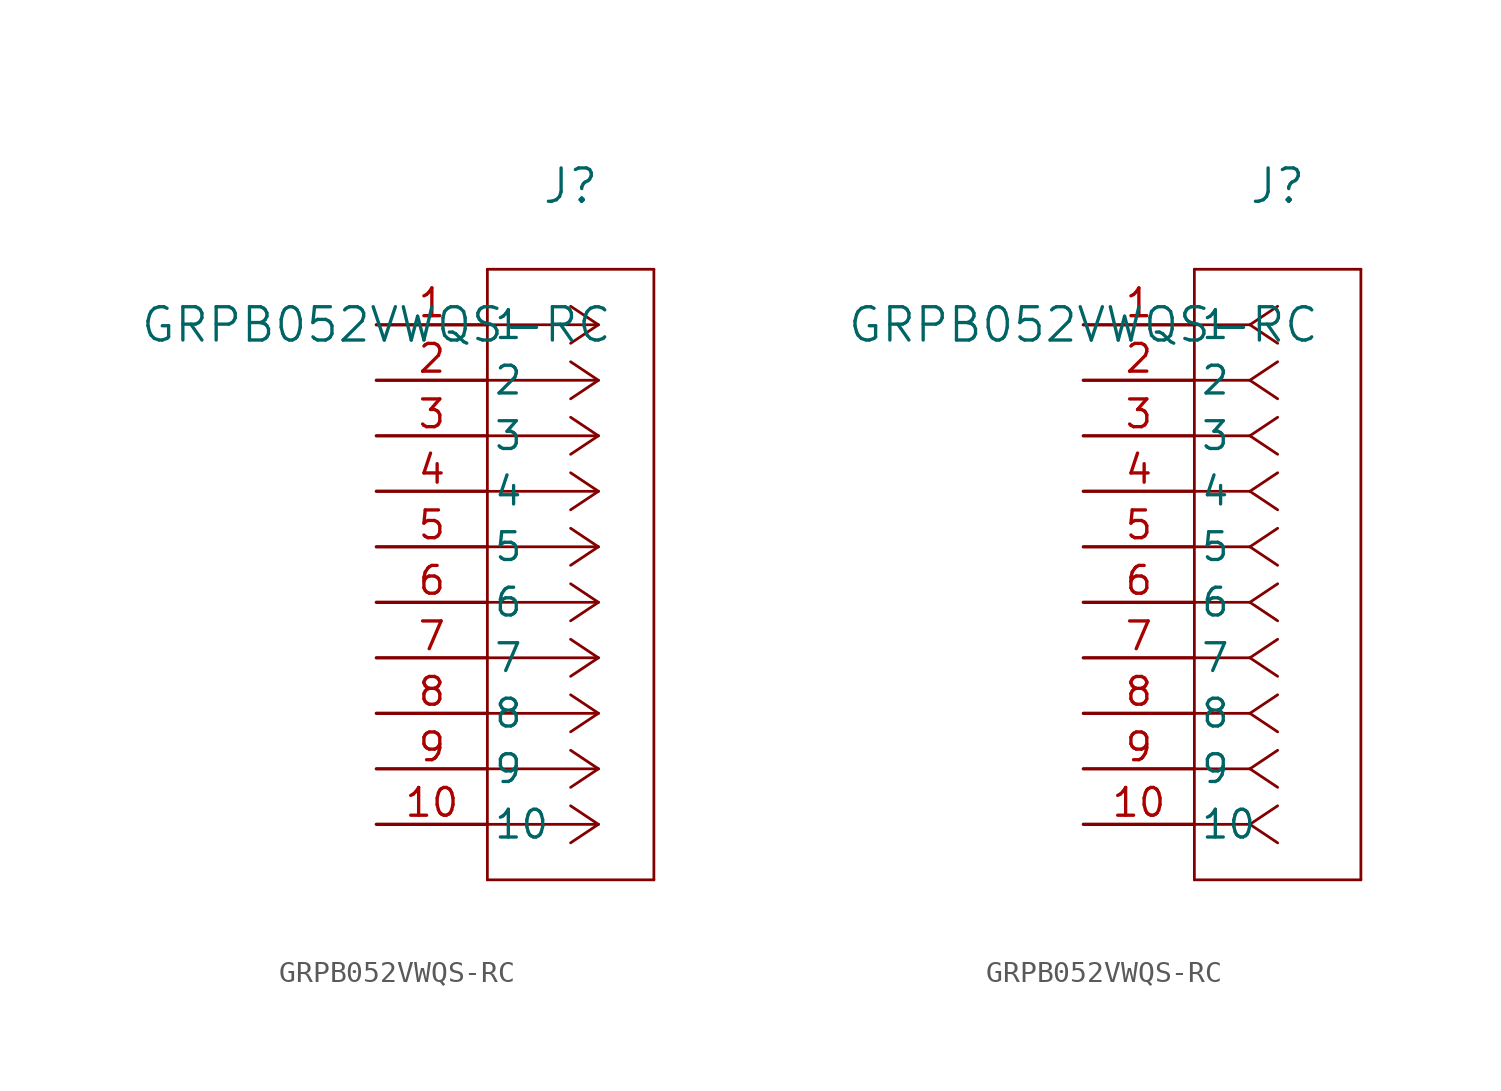
<source format=kicad_sym>
(kicad_symbol_lib
  (version 20211014)
  (generator kicad_symbol_editor)
  (symbol "GRPB052VWQS-RC"
    (pin_names
      (offset 0.254))
    (property "Reference" "J"
      (at 8.89 6.35 0)
      (effects (font (size 1.524 1.524))))
    (property "Value" "GRPB052VWQS-RC"
      (at 0 0 0)
      (effects (font (size 1.524 1.524))))
    (symbol "GRPB052VWQS-RC_1_1"
      (polyline (pts (xy 10.16 0) (xy 5.08 0)) (stroke (width 0.127) (type default) (color 0 0 0 0)) (fill (type none)))
      (polyline (pts (xy 10.16 -2.54) (xy 5.08 -2.54)) (stroke (width 0.127) (type default) (color 0 0 0 0)) (fill (type none)))
      (polyline (pts (xy 10.16 -5.08) (xy 5.08 -5.08)) (stroke (width 0.127) (type default) (color 0 0 0 0)) (fill (type none)))
      (polyline (pts (xy 10.16 -7.62) (xy 5.08 -7.62)) (stroke (width 0.127) (type default) (color 0 0 0 0)) (fill (type none)))
      (polyline (pts (xy 10.16 -10.16) (xy 5.08 -10.16)) (stroke (width 0.127) (type default) (color 0 0 0 0)) (fill (type none)))
      (polyline (pts (xy 10.16 -12.7) (xy 5.08 -12.7)) (stroke (width 0.127) (type default) (color 0 0 0 0)) (fill (type none)))
      (polyline (pts (xy 10.16 -15.24) (xy 5.08 -15.24)) (stroke (width 0.127) (type default) (color 0 0 0 0)) (fill (type none)))
      (polyline (pts (xy 10.16 -17.78) (xy 5.08 -17.78)) (stroke (width 0.127) (type default) (color 0 0 0 0)) (fill (type none)))
      (polyline (pts (xy 10.16 -20.32) (xy 5.08 -20.32)) (stroke (width 0.127) (type default) (color 0 0 0 0)) (fill (type none)))
      (polyline (pts (xy 10.16 -22.86) (xy 5.08 -22.86)) (stroke (width 0.127) (type default) (color 0 0 0 0)) (fill (type none)))
      (polyline (pts (xy 10.16 0) (xy 8.89 0.847)) (stroke (width 0.127) (type default) (color 0 0 0 0)) (fill (type none)))
      (polyline (pts (xy 10.16 -2.54) (xy 8.89 -1.693)) (stroke (width 0.127) (type default) (color 0 0 0 0)) (fill (type none)))
      (polyline (pts (xy 10.16 -5.08) (xy 8.89 -4.233)) (stroke (width 0.127) (type default) (color 0 0 0 0)) (fill (type none)))
      (polyline (pts (xy 10.16 -7.62) (xy 8.89 -6.773)) (stroke (width 0.127) (type default) (color 0 0 0 0)) (fill (type none)))
      (polyline (pts (xy 10.16 -10.16) (xy 8.89 -9.313)) (stroke (width 0.127) (type default) (color 0 0 0 0)) (fill (type none)))
      (polyline (pts (xy 10.16 -12.7) (xy 8.89 -11.853)) (stroke (width 0.127) (type default) (color 0 0 0 0)) (fill (type none)))
      (polyline (pts (xy 10.16 -15.24) (xy 8.89 -14.393)) (stroke (width 0.127) (type default) (color 0 0 0 0)) (fill (type none)))
      (polyline (pts (xy 10.16 -17.78) (xy 8.89 -16.933)) (stroke (width 0.127) (type default) (color 0 0 0 0)) (fill (type none)))
      (polyline (pts (xy 10.16 -20.32) (xy 8.89 -19.473)) (stroke (width 0.127) (type default) (color 0 0 0 0)) (fill (type none)))
      (polyline (pts (xy 10.16 -22.86) (xy 8.89 -22.013)) (stroke (width 0.127) (type default) (color 0 0 0 0)) (fill (type none)))
      (polyline (pts (xy 10.16 0) (xy 8.89 -0.847)) (stroke (width 0.127) (type default) (color 0 0 0 0)) (fill (type none)))
      (polyline (pts (xy 10.16 -2.54) (xy 8.89 -3.387)) (stroke (width 0.127) (type default) (color 0 0 0 0)) (fill (type none)))
      (polyline (pts (xy 10.16 -5.08) (xy 8.89 -5.927)) (stroke (width 0.127) (type default) (color 0 0 0 0)) (fill (type none)))
      (polyline (pts (xy 10.16 -7.62) (xy 8.89 -8.467)) (stroke (width 0.127) (type default) (color 0 0 0 0)) (fill (type none)))
      (polyline (pts (xy 10.16 -10.16) (xy 8.89 -11.007)) (stroke (width 0.127) (type default) (color 0 0 0 0)) (fill (type none)))
      (polyline (pts (xy 10.16 -12.7) (xy 8.89 -13.547)) (stroke (width 0.127) (type default) (color 0 0 0 0)) (fill (type none)))
      (polyline (pts (xy 10.16 -15.24) (xy 8.89 -16.087)) (stroke (width 0.127) (type default) (color 0 0 0 0)) (fill (type none)))
      (polyline (pts (xy 10.16 -17.78) (xy 8.89 -18.627)) (stroke (width 0.127) (type default) (color 0 0 0 0)) (fill (type none)))
      (polyline (pts (xy 10.16 -20.32) (xy 8.89 -21.167)) (stroke (width 0.127) (type default) (color 0 0 0 0)) (fill (type none)))
      (polyline (pts (xy 10.16 -22.86) (xy 8.89 -23.707)) (stroke (width 0.127) (type default) (color 0 0 0 0)) (fill (type none)))
      (polyline (pts (xy 5.08 2.54) (xy 5.08 -25.4)) (stroke (width 0.127) (type default) (color 0 0 0 0)) (fill (type none)))
      (polyline (pts (xy 5.08 -25.4) (xy 12.7 -25.4)) (stroke (width 0.127) (type default) (color 0 0 0 0)) (fill (type none)))
      (polyline (pts (xy 12.7 -25.4) (xy 12.7 2.54)) (stroke (width 0.127) (type default) (color 0 0 0 0)) (fill (type none)))
      (polyline (pts (xy 12.7 2.54) (xy 5.08 2.54)) (stroke (width 0.127) (type default) (color 0 0 0 0)) (fill (type none)))
      (pin unspecified line (at 0 0 0) (length 5.08) (name "1" (effects (font (size 1.27 1.27)))) (number "1" (effects (font (size 1.27 1.27)))))
      (pin unspecified line (at 0 -2.54 0) (length 5.08) (name "2" (effects (font (size 1.27 1.27)))) (number "2" (effects (font (size 1.27 1.27)))))
      (pin unspecified line (at 0 -5.08 0) (length 5.08) (name "3" (effects (font (size 1.27 1.27)))) (number "3" (effects (font (size 1.27 1.27)))))
      (pin unspecified line (at 0 -7.62 0) (length 5.08) (name "4" (effects (font (size 1.27 1.27)))) (number "4" (effects (font (size 1.27 1.27)))))
      (pin unspecified line (at 0 -10.16 0) (length 5.08) (name "5" (effects (font (size 1.27 1.27)))) (number "5" (effects (font (size 1.27 1.27)))))
      (pin unspecified line (at 0 -12.7 0) (length 5.08) (name "6" (effects (font (size 1.27 1.27)))) (number "6" (effects (font (size 1.27 1.27)))))
      (pin unspecified line (at 0 -15.24 0) (length 5.08) (name "7" (effects (font (size 1.27 1.27)))) (number "7" (effects (font (size 1.27 1.27)))))
      (pin unspecified line (at 0 -17.78 0) (length 5.08) (name "8" (effects (font (size 1.27 1.27)))) (number "8" (effects (font (size 1.27 1.27)))))
      (pin unspecified line (at 0 -20.32 0) (length 5.08) (name "9" (effects (font (size 1.27 1.27)))) (number "9" (effects (font (size 1.27 1.27)))))
      (pin unspecified line (at 0 -22.86 0) (length 5.08) (name "10" (effects (font (size 1.27 1.27)))) (number "10" (effects (font (size 1.27 1.27))))))
    (symbol "GRPB052VWQS-RC_1_2"
      (polyline (pts (xy 7.62 0) (xy 5.08 0)) (stroke (width 0.127) (type default) (color 0 0 0 0)) (fill (type none)))
      (polyline (pts (xy 7.62 -2.54) (xy 5.08 -2.54)) (stroke (width 0.127) (type default) (color 0 0 0 0)) (fill (type none)))
      (polyline (pts (xy 7.62 -5.08) (xy 5.08 -5.08)) (stroke (width 0.127) (type default) (color 0 0 0 0)) (fill (type none)))
      (polyline (pts (xy 7.62 -7.62) (xy 5.08 -7.62)) (stroke (width 0.127) (type default) (color 0 0 0 0)) (fill (type none)))
      (polyline (pts (xy 7.62 -10.16) (xy 5.08 -10.16)) (stroke (width 0.127) (type default) (color 0 0 0 0)) (fill (type none)))
      (polyline (pts (xy 7.62 -12.7) (xy 5.08 -12.7)) (stroke (width 0.127) (type default) (color 0 0 0 0)) (fill (type none)))
      (polyline (pts (xy 7.62 -15.24) (xy 5.08 -15.24)) (stroke (width 0.127) (type default) (color 0 0 0 0)) (fill (type none)))
      (polyline (pts (xy 7.62 -17.78) (xy 5.08 -17.78)) (stroke (width 0.127) (type default) (color 0 0 0 0)) (fill (type none)))
      (polyline (pts (xy 7.62 -20.32) (xy 5.08 -20.32)) (stroke (width 0.127) (type default) (color 0 0 0 0)) (fill (type none)))
      (polyline (pts (xy 7.62 -22.86) (xy 5.08 -22.86)) (stroke (width 0.127) (type default) (color 0 0 0 0)) (fill (type none)))
      (polyline (pts (xy 7.62 0) (xy 8.89 0.847)) (stroke (width 0.127) (type default) (color 0 0 0 0)) (fill (type none)))
      (polyline (pts (xy 7.62 -2.54) (xy 8.89 -1.693)) (stroke (width 0.127) (type default) (color 0 0 0 0)) (fill (type none)))
      (polyline (pts (xy 7.62 -5.08) (xy 8.89 -4.233)) (stroke (width 0.127) (type default) (color 0 0 0 0)) (fill (type none)))
      (polyline (pts (xy 7.62 -7.62) (xy 8.89 -6.773)) (stroke (width 0.127) (type default) (color 0 0 0 0)) (fill (type none)))
      (polyline (pts (xy 7.62 -10.16) (xy 8.89 -9.313)) (stroke (width 0.127) (type default) (color 0 0 0 0)) (fill (type none)))
      (polyline (pts (xy 7.62 -12.7) (xy 8.89 -11.853)) (stroke (width 0.127) (type default) (color 0 0 0 0)) (fill (type none)))
      (polyline (pts (xy 7.62 -15.24) (xy 8.89 -14.393)) (stroke (width 0.127) (type default) (color 0 0 0 0)) (fill (type none)))
      (polyline (pts (xy 7.62 -17.78) (xy 8.89 -16.933)) (stroke (width 0.127) (type default) (color 0 0 0 0)) (fill (type none)))
      (polyline (pts (xy 7.62 -20.32) (xy 8.89 -19.473)) (stroke (width 0.127) (type default) (color 0 0 0 0)) (fill (type none)))
      (polyline (pts (xy 7.62 -22.86) (xy 8.89 -22.013)) (stroke (width 0.127) (type default) (color 0 0 0 0)) (fill (type none)))
      (polyline (pts (xy 7.62 0) (xy 8.89 -0.847)) (stroke (width 0.127) (type default) (color 0 0 0 0)) (fill (type none)))
      (polyline (pts (xy 7.62 -2.54) (xy 8.89 -3.387)) (stroke (width 0.127) (type default) (color 0 0 0 0)) (fill (type none)))
      (polyline (pts (xy 7.62 -5.08) (xy 8.89 -5.927)) (stroke (width 0.127) (type default) (color 0 0 0 0)) (fill (type none)))
      (polyline (pts (xy 7.62 -7.62) (xy 8.89 -8.467)) (stroke (width 0.127) (type default) (color 0 0 0 0)) (fill (type none)))
      (polyline (pts (xy 7.62 -10.16) (xy 8.89 -11.007)) (stroke (width 0.127) (type default) (color 0 0 0 0)) (fill (type none)))
      (polyline (pts (xy 7.62 -12.7) (xy 8.89 -13.547)) (stroke (width 0.127) (type default) (color 0 0 0 0)) (fill (type none)))
      (polyline (pts (xy 7.62 -15.24) (xy 8.89 -16.087)) (stroke (width 0.127) (type default) (color 0 0 0 0)) (fill (type none)))
      (polyline (pts (xy 7.62 -17.78) (xy 8.89 -18.627)) (stroke (width 0.127) (type default) (color 0 0 0 0)) (fill (type none)))
      (polyline (pts (xy 7.62 -20.32) (xy 8.89 -21.167)) (stroke (width 0.127) (type default) (color 0 0 0 0)) (fill (type none)))
      (polyline (pts (xy 7.62 -22.86) (xy 8.89 -23.707)) (stroke (width 0.127) (type default) (color 0 0 0 0)) (fill (type none)))
      (polyline (pts (xy 5.08 2.54) (xy 5.08 -25.4)) (stroke (width 0.127) (type default) (color 0 0 0 0)) (fill (type none)))
      (polyline (pts (xy 5.08 -25.4) (xy 12.7 -25.4)) (stroke (width 0.127) (type default) (color 0 0 0 0)) (fill (type none)))
      (polyline (pts (xy 12.7 -25.4) (xy 12.7 2.54)) (stroke (width 0.127) (type default) (color 0 0 0 0)) (fill (type none)))
      (polyline (pts (xy 12.7 2.54) (xy 5.08 2.54)) (stroke (width 0.127) (type default) (color 0 0 0 0)) (fill (type none)))
      (pin unspecified line (at 0 0 0) (length 5.08) (name "1" (effects (font (size 1.27 1.27)))) (number "1" (effects (font (size 1.27 1.27)))))
      (pin unspecified line (at 0 -2.54 0) (length 5.08) (name "2" (effects (font (size 1.27 1.27)))) (number "2" (effects (font (size 1.27 1.27)))))
      (pin unspecified line (at 0 -5.08 0) (length 5.08) (name "3" (effects (font (size 1.27 1.27)))) (number "3" (effects (font (size 1.27 1.27)))))
      (pin unspecified line (at 0 -7.62 0) (length 5.08) (name "4" (effects (font (size 1.27 1.27)))) (number "4" (effects (font (size 1.27 1.27)))))
      (pin unspecified line (at 0 -10.16 0) (length 5.08) (name "5" (effects (font (size 1.27 1.27)))) (number "5" (effects (font (size 1.27 1.27)))))
      (pin unspecified line (at 0 -12.7 0) (length 5.08) (name "6" (effects (font (size 1.27 1.27)))) (number "6" (effects (font (size 1.27 1.27)))))
      (pin unspecified line (at 0 -15.24 0) (length 5.08) (name "7" (effects (font (size 1.27 1.27)))) (number "7" (effects (font (size 1.27 1.27)))))
      (pin unspecified line (at 0 -17.78 0) (length 5.08) (name "8" (effects (font (size 1.27 1.27)))) (number "8" (effects (font (size 1.27 1.27)))))
      (pin unspecified line (at 0 -20.32 0) (length 5.08) (name "9" (effects (font (size 1.27 1.27)))) (number "9" (effects (font (size 1.27 1.27)))))
      (pin unspecified line (at 0 -22.86 0) (length 5.08) (name "10" (effects (font (size 1.27 1.27)))) (number "10" (effects (font (size 1.27 1.27))))))))
</source>
